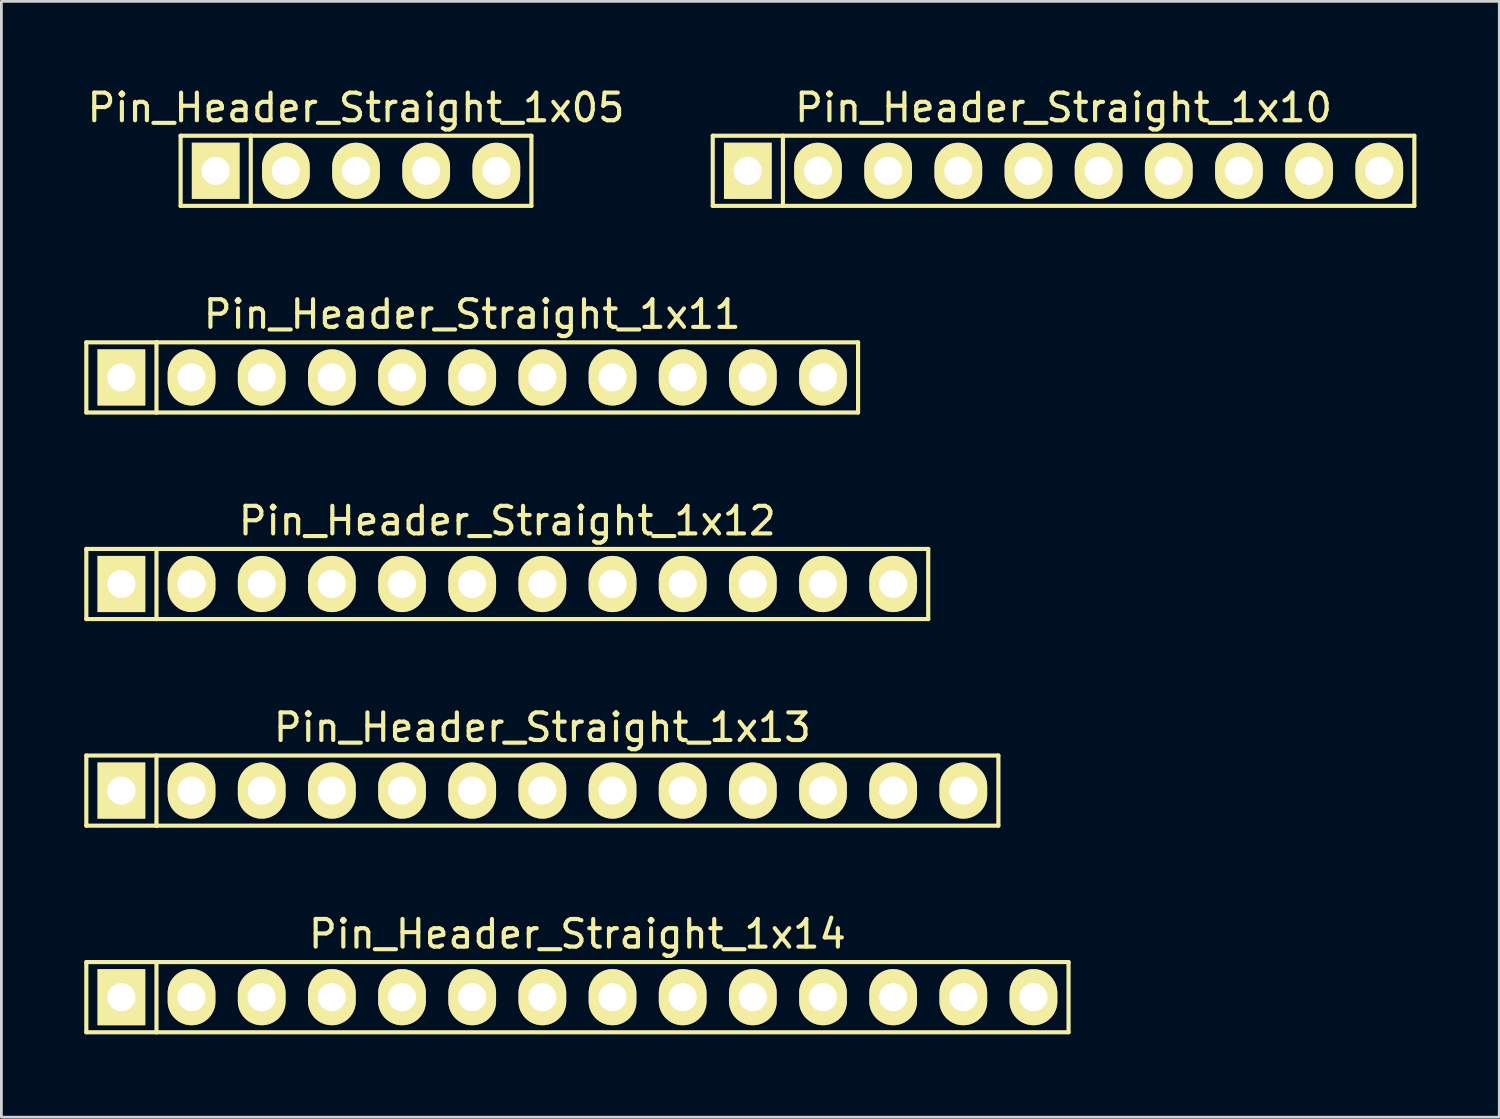
<source format=kicad_pcb>
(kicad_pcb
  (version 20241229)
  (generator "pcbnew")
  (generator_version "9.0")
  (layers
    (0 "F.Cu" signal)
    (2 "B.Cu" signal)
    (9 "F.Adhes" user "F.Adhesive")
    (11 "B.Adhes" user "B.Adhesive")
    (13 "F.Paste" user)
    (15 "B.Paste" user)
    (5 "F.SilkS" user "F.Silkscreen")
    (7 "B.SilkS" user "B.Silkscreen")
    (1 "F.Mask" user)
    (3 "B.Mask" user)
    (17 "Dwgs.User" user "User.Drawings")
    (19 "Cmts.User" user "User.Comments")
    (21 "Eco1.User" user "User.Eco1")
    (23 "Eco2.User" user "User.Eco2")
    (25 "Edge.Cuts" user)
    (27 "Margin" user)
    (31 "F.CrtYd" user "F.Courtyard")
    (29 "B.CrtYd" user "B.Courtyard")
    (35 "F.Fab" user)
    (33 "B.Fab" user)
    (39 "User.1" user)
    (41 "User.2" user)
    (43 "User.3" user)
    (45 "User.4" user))
  (footprint "Pin_Header_Straight_1x13"
    (layer "F.Cu")
    (at 16.585 25.572)
    (property "Reference" "Pin_Header_Straight_1x13" (at 0 -2.286 0) (layer "F.SilkS") (effects (font (size 1 1) (thickness 0.15))))
    (attr through_hole)
    (fp_line (start -16.51 -1.27) (end -16.51 1.27) (stroke (width 0.15) (type solid)) (layer "F.SilkS"))
    (fp_line (start -16.51 -1.27) (end -13.97 -1.27) (stroke (width 0.15) (type solid)) (layer "F.SilkS"))
    (fp_line (start -16.51 1.27) (end -13.97 1.27) (stroke (width 0.15) (type solid)) (layer "F.SilkS"))
    (fp_line (start -13.97 -1.27) (end -13.97 1.27) (stroke (width 0.15) (type solid)) (layer "F.SilkS"))
    (fp_line (start -13.97 1.27) (end 16.51 1.27) (stroke (width 0.15) (type solid)) (layer "F.SilkS"))
    (fp_line (start 16.51 -1.27) (end -13.97 -1.27) (stroke (width 0.15) (type solid)) (layer "F.SilkS"))
    (fp_line (start 16.51 1.27) (end 16.51 -1.27) (stroke (width 0.15) (type solid)) (layer "F.SilkS"))
    (pad "1" thru_hole rect (at -15.24 0) (size 1.727 2.032) (drill 1.016) (layers "*.Cu" "*.Mask" "F.SilkS"))
    (pad "2" thru_hole oval (at -12.7 0) (size 1.727 2.032) (drill 1.016) (layers "*.Cu" "*.Mask" "F.SilkS"))
    (pad "3" thru_hole oval (at -10.16 0) (size 1.727 2.032) (drill 1.016) (layers "*.Cu" "*.Mask" "F.SilkS"))
    (pad "4" thru_hole oval (at -7.62 0) (size 1.727 2.032) (drill 1.016) (layers "*.Cu" "*.Mask" "F.SilkS"))
    (pad "5" thru_hole oval (at -5.08 0) (size 1.727 2.032) (drill 1.016) (layers "*.Cu" "*.Mask" "F.SilkS"))
    (pad "6" thru_hole oval (at -2.54 0) (size 1.727 2.032) (drill 1.016) (layers "*.Cu" "*.Mask" "F.SilkS"))
    (pad "7" thru_hole oval (at 0 0) (size 1.727 2.032) (drill 1.016) (layers "*.Cu" "*.Mask" "F.SilkS"))
    (pad "8" thru_hole oval (at 2.54 0) (size 1.727 2.032) (drill 1.016) (layers "*.Cu" "*.Mask" "F.SilkS"))
    (pad "9" thru_hole oval (at 5.08 0) (size 1.727 2.032) (drill 1.016) (layers "*.Cu" "*.Mask" "F.SilkS"))
    (pad "10" thru_hole oval (at 7.62 0) (size 1.727 2.032) (drill 1.016) (layers "*.Cu" "*.Mask" "F.SilkS"))
    (pad "11" thru_hole oval (at 10.16 0) (size 1.727 2.032) (drill 1.016) (layers "*.Cu" "*.Mask" "F.SilkS"))
    (pad "12" thru_hole oval (at 12.7 0) (size 1.727 2.032) (drill 1.016) (layers "*.Cu" "*.Mask" "F.SilkS"))
    (pad "13" thru_hole oval (at 15.24 0) (size 1.727 2.032) (drill 1.016) (layers "*.Cu" "*.Mask" "F.SilkS")))
  (footprint "Pin_Header_Straight_1x11"
    (layer "F.Cu")
    (at 14.045 10.614)
    (property "Reference" "Pin_Header_Straight_1x11" (at 0 -2.286 0) (layer "F.SilkS") (effects (font (size 1 1) (thickness 0.15))))
    (attr through_hole)
    (fp_line (start -13.97 -1.27) (end -13.97 1.27) (stroke (width 0.15) (type solid)) (layer "F.SilkS"))
    (fp_line (start -13.97 -1.27) (end -11.43 -1.27) (stroke (width 0.15) (type solid)) (layer "F.SilkS"))
    (fp_line (start -13.97 1.27) (end -11.43 1.27) (stroke (width 0.15) (type solid)) (layer "F.SilkS"))
    (fp_line (start -11.43 -1.27) (end -11.43 1.27) (stroke (width 0.15) (type solid)) (layer "F.SilkS"))
    (fp_line (start -11.43 -1.27) (end 13.97 -1.27) (stroke (width 0.15) (type solid)) (layer "F.SilkS"))
    (fp_line (start 13.97 -1.27) (end 13.97 1.27) (stroke (width 0.15) (type solid)) (layer "F.SilkS"))
    (fp_line (start 13.97 1.27) (end -11.43 1.27) (stroke (width 0.15) (type solid)) (layer "F.SilkS"))
    (pad "1" thru_hole rect (at -12.7 0) (size 1.727 2.032) (drill 1.016) (layers "*.Cu" "*.Mask" "F.SilkS"))
    (pad "2" thru_hole oval (at -10.16 0) (size 1.727 2.032) (drill 1.016) (layers "*.Cu" "*.Mask" "F.SilkS"))
    (pad "3" thru_hole oval (at -7.62 0) (size 1.727 2.032) (drill 1.016) (layers "*.Cu" "*.Mask" "F.SilkS"))
    (pad "4" thru_hole oval (at -5.08 0) (size 1.727 2.032) (drill 1.016) (layers "*.Cu" "*.Mask" "F.SilkS"))
    (pad "5" thru_hole oval (at -2.54 0) (size 1.727 2.032) (drill 1.016) (layers "*.Cu" "*.Mask" "F.SilkS"))
    (pad "6" thru_hole oval (at 0 0) (size 1.727 2.032) (drill 1.016) (layers "*.Cu" "*.Mask" "F.SilkS"))
    (pad "7" thru_hole oval (at 2.54 0) (size 1.727 2.032) (drill 1.016) (layers "*.Cu" "*.Mask" "F.SilkS"))
    (pad "8" thru_hole oval (at 5.08 0) (size 1.727 2.032) (drill 1.016) (layers "*.Cu" "*.Mask" "F.SilkS"))
    (pad "9" thru_hole oval (at 7.62 0) (size 1.727 2.032) (drill 1.016) (layers "*.Cu" "*.Mask" "F.SilkS"))
    (pad "10" thru_hole oval (at 10.16 0) (size 1.727 2.032) (drill 1.016) (layers "*.Cu" "*.Mask" "F.SilkS"))
    (pad "11" thru_hole oval (at 12.7 0) (size 1.727 2.032) (drill 1.016) (layers "*.Cu" "*.Mask" "F.SilkS")))
  (footprint "Pin_Header_Straight_1x14"
    (layer "F.Cu")
    (at 17.855 33.051)
    (property "Reference" "Pin_Header_Straight_1x14" (at 0 -2.286 0) (layer "F.SilkS") (effects (font (size 1 1) (thickness 0.15))))
    (attr through_hole)
    (fp_line (start -17.78 -1.27) (end -17.78 1.27) (stroke (width 0.15) (type solid)) (layer "F.SilkS"))
    (fp_line (start -17.78 -1.27) (end -15.24 -1.27) (stroke (width 0.15) (type solid)) (layer "F.SilkS"))
    (fp_line (start -17.78 1.27) (end -15.24 1.27) (stroke (width 0.15) (type solid)) (layer "F.SilkS"))
    (fp_line (start -15.24 -1.27) (end -15.24 1.27) (stroke (width 0.15) (type solid)) (layer "F.SilkS"))
    (fp_line (start -15.24 1.27) (end 17.78 1.27) (stroke (width 0.15) (type solid)) (layer "F.SilkS"))
    (fp_line (start 17.78 -1.27) (end -15.24 -1.27) (stroke (width 0.15) (type solid)) (layer "F.SilkS"))
    (fp_line (start 17.78 1.27) (end 17.78 -1.27) (stroke (width 0.15) (type solid)) (layer "F.SilkS"))
    (pad "1" thru_hole rect (at -16.51 0) (size 1.727 2.032) (drill 1.016) (layers "*.Cu" "*.Mask" "F.SilkS"))
    (pad "2" thru_hole oval (at -13.97 0) (size 1.727 2.032) (drill 1.016) (layers "*.Cu" "*.Mask" "F.SilkS"))
    (pad "3" thru_hole oval (at -11.43 0) (size 1.727 2.032) (drill 1.016) (layers "*.Cu" "*.Mask" "F.SilkS"))
    (pad "4" thru_hole oval (at -8.89 0) (size 1.727 2.032) (drill 1.016) (layers "*.Cu" "*.Mask" "F.SilkS"))
    (pad "5" thru_hole oval (at -6.35 0) (size 1.727 2.032) (drill 1.016) (layers "*.Cu" "*.Mask" "F.SilkS"))
    (pad "6" thru_hole oval (at -3.81 0) (size 1.727 2.032) (drill 1.016) (layers "*.Cu" "*.Mask" "F.SilkS"))
    (pad "7" thru_hole oval (at -1.27 0) (size 1.727 2.032) (drill 1.016) (layers "*.Cu" "*.Mask" "F.SilkS"))
    (pad "8" thru_hole oval (at 1.27 0) (size 1.727 2.032) (drill 1.016) (layers "*.Cu" "*.Mask" "F.SilkS"))
    (pad "9" thru_hole oval (at 3.81 0) (size 1.727 2.032) (drill 1.016) (layers "*.Cu" "*.Mask" "F.SilkS"))
    (pad "10" thru_hole oval (at 6.35 0) (size 1.727 2.032) (drill 1.016) (layers "*.Cu" "*.Mask" "F.SilkS"))
    (pad "11" thru_hole oval (at 8.89 0) (size 1.727 2.032) (drill 1.016) (layers "*.Cu" "*.Mask" "F.SilkS"))
    (pad "12" thru_hole oval (at 11.43 0) (size 1.727 2.032) (drill 1.016) (layers "*.Cu" "*.Mask" "F.SilkS"))
    (pad "13" thru_hole oval (at 13.97 0) (size 1.727 2.032) (drill 1.016) (layers "*.Cu" "*.Mask" "F.SilkS"))
    (pad "14" thru_hole oval (at 16.51 0) (size 1.727 2.032) (drill 1.016) (layers "*.Cu" "*.Mask" "F.SilkS")))
  (footprint "Pin_Header_Straight_1x10"
    (layer "F.Cu")
    (at 35.454 3.134)
    (property "Reference" "Pin_Header_Straight_1x10" (at 0 -2.286 0) (layer "F.SilkS") (effects (font (size 1 1) (thickness 0.15))))
    (attr through_hole)
    (fp_line (start -12.7 -1.27) (end -12.7 1.27) (stroke (width 0.15) (type solid)) (layer "F.SilkS"))
    (fp_line (start -12.7 -1.27) (end -10.16 -1.27) (stroke (width 0.15) (type solid)) (layer "F.SilkS"))
    (fp_line (start -12.7 1.27) (end -10.16 1.27) (stroke (width 0.15) (type solid)) (layer "F.SilkS"))
    (fp_line (start -10.16 -1.27) (end -10.16 1.27) (stroke (width 0.15) (type solid)) (layer "F.SilkS"))
    (fp_line (start -10.16 -1.27) (end 12.7 -1.27) (stroke (width 0.15) (type solid)) (layer "F.SilkS"))
    (fp_line (start 12.7 -1.27) (end 12.7 1.27) (stroke (width 0.15) (type solid)) (layer "F.SilkS"))
    (fp_line (start 12.7 1.27) (end -10.16 1.27) (stroke (width 0.15) (type solid)) (layer "F.SilkS"))
    (pad "1" thru_hole rect (at -11.43 0) (size 1.727 2.032) (drill 1.016) (layers "*.Cu" "*.Mask" "F.SilkS"))
    (pad "2" thru_hole oval (at -8.89 0) (size 1.727 2.032) (drill 1.016) (layers "*.Cu" "*.Mask" "F.SilkS"))
    (pad "3" thru_hole oval (at -6.35 0) (size 1.727 2.032) (drill 1.016) (layers "*.Cu" "*.Mask" "F.SilkS"))
    (pad "4" thru_hole oval (at -3.81 0) (size 1.727 2.032) (drill 1.016) (layers "*.Cu" "*.Mask" "F.SilkS"))
    (pad "5" thru_hole oval (at -1.27 0) (size 1.727 2.032) (drill 1.016) (layers "*.Cu" "*.Mask" "F.SilkS"))
    (pad "6" thru_hole oval (at 1.27 0) (size 1.727 2.032) (drill 1.016) (layers "*.Cu" "*.Mask" "F.SilkS"))
    (pad "7" thru_hole oval (at 3.81 0) (size 1.727 2.032) (drill 1.016) (layers "*.Cu" "*.Mask" "F.SilkS"))
    (pad "8" thru_hole oval (at 6.35 0) (size 1.727 2.032) (drill 1.016) (layers "*.Cu" "*.Mask" "F.SilkS"))
    (pad "9" thru_hole oval (at 8.89 0) (size 1.727 2.032) (drill 1.016) (layers "*.Cu" "*.Mask" "F.SilkS"))
    (pad "10" thru_hole oval (at 11.43 0) (size 1.727 2.032) (drill 1.016) (layers "*.Cu" "*.Mask" "F.SilkS")))
  (footprint "Pin_Header_Straight_1x12"
    (layer "F.Cu")
    (at 15.315 18.093)
    (property "Reference" "Pin_Header_Straight_1x12" (at 0 -2.286 0) (layer "F.SilkS") (effects (font (size 1 1) (thickness 0.15))))
    (attr through_hole)
    (fp_line (start -15.24 -1.27) (end -15.24 1.27) (stroke (width 0.15) (type solid)) (layer "F.SilkS"))
    (fp_line (start -15.24 -1.27) (end -12.7 -1.27) (stroke (width 0.15) (type solid)) (layer "F.SilkS"))
    (fp_line (start -15.24 1.27) (end -12.7 1.27) (stroke (width 0.15) (type solid)) (layer "F.SilkS"))
    (fp_line (start -12.7 -1.27) (end -12.7 1.27) (stroke (width 0.15) (type solid)) (layer "F.SilkS"))
    (fp_line (start -12.7 -1.27) (end 15.24 -1.27) (stroke (width 0.15) (type solid)) (layer "F.SilkS"))
    (fp_line (start 15.24 -1.27) (end 15.24 1.27) (stroke (width 0.15) (type solid)) (layer "F.SilkS"))
    (fp_line (start 15.24 1.27) (end -12.7 1.27) (stroke (width 0.15) (type solid)) (layer "F.SilkS"))
    (pad "1" thru_hole rect (at -13.97 0) (size 1.727 2.032) (drill 1.016) (layers "*.Cu" "*.Mask" "F.SilkS"))
    (pad "2" thru_hole oval (at -11.43 0) (size 1.727 2.032) (drill 1.016) (layers "*.Cu" "*.Mask" "F.SilkS"))
    (pad "3" thru_hole oval (at -8.89 0) (size 1.727 2.032) (drill 1.016) (layers "*.Cu" "*.Mask" "F.SilkS"))
    (pad "4" thru_hole oval (at -6.35 0) (size 1.727 2.032) (drill 1.016) (layers "*.Cu" "*.Mask" "F.SilkS"))
    (pad "5" thru_hole oval (at -3.81 0) (size 1.727 2.032) (drill 1.016) (layers "*.Cu" "*.Mask" "F.SilkS"))
    (pad "6" thru_hole oval (at -1.27 0) (size 1.727 2.032) (drill 1.016) (layers "*.Cu" "*.Mask" "F.SilkS"))
    (pad "7" thru_hole oval (at 1.27 0) (size 1.727 2.032) (drill 1.016) (layers "*.Cu" "*.Mask" "F.SilkS"))
    (pad "8" thru_hole oval (at 3.81 0) (size 1.727 2.032) (drill 1.016) (layers "*.Cu" "*.Mask" "F.SilkS"))
    (pad "9" thru_hole oval (at 6.35 0) (size 1.727 2.032) (drill 1.016) (layers "*.Cu" "*.Mask" "F.SilkS"))
    (pad "10" thru_hole oval (at 8.89 0) (size 1.727 2.032) (drill 1.016) (layers "*.Cu" "*.Mask" "F.SilkS"))
    (pad "11" thru_hole oval (at 11.43 0) (size 1.727 2.032) (drill 1.016) (layers "*.Cu" "*.Mask" "F.SilkS"))
    (pad "12" thru_hole oval (at 13.97 0) (size 1.727 2.032) (drill 1.016) (layers "*.Cu" "*.Mask" "F.SilkS")))
  (footprint "Pin_Header_Straight_1x05"
    (layer "F.Cu")
    (at 9.839 3.134)
    (property "Reference" "Pin_Header_Straight_1x05" (at 0 -2.286 0) (layer "F.SilkS") (effects (font (size 1 1) (thickness 0.15))))
    (attr through_hole)
    (fp_line (start -6.35 -1.27) (end -6.35 1.27) (stroke (width 0.15) (type solid)) (layer "F.SilkS"))
    (fp_line (start -6.35 -1.27) (end -3.81 -1.27) (stroke (width 0.15) (type solid)) (layer "F.SilkS"))
    (fp_line (start -6.35 1.27) (end -3.81 1.27) (stroke (width 0.15) (type solid)) (layer "F.SilkS"))
    (fp_line (start -3.81 -1.27) (end -3.81 1.27) (stroke (width 0.15) (type solid)) (layer "F.SilkS"))
    (fp_line (start -3.81 -1.27) (end 6.35 -1.27) (stroke (width 0.15) (type solid)) (layer "F.SilkS"))
    (fp_line (start 6.35 -1.27) (end 6.35 1.27) (stroke (width 0.15) (type solid)) (layer "F.SilkS"))
    (fp_line (start 6.35 1.27) (end -3.81 1.27) (stroke (width 0.15) (type solid)) (layer "F.SilkS"))
    (pad "1" thru_hole rect (at -5.08 0) (size 1.727 2.032) (drill 1.016) (layers "*.Cu" "*.Mask" "F.SilkS"))
    (pad "2" thru_hole oval (at -2.54 0) (size 1.727 2.032) (drill 1.016) (layers "*.Cu" "*.Mask" "F.SilkS"))
    (pad "3" thru_hole oval (at 0 0) (size 1.727 2.032) (drill 1.016) (layers "*.Cu" "*.Mask" "F.SilkS"))
    (pad "4" thru_hole oval (at 2.54 0) (size 1.727 2.032) (drill 1.016) (layers "*.Cu" "*.Mask" "F.SilkS"))
    (pad "5" thru_hole oval (at 5.08 0) (size 1.727 2.032) (drill 1.016) (layers "*.Cu" "*.Mask" "F.SilkS")))
  (gr_rect
    (start -3 -3)
    (end 51.229 37.396)
    (stroke (width 0.1) (type default))
    (fill no)
    (layer "Edge.Cuts")))
</source>
